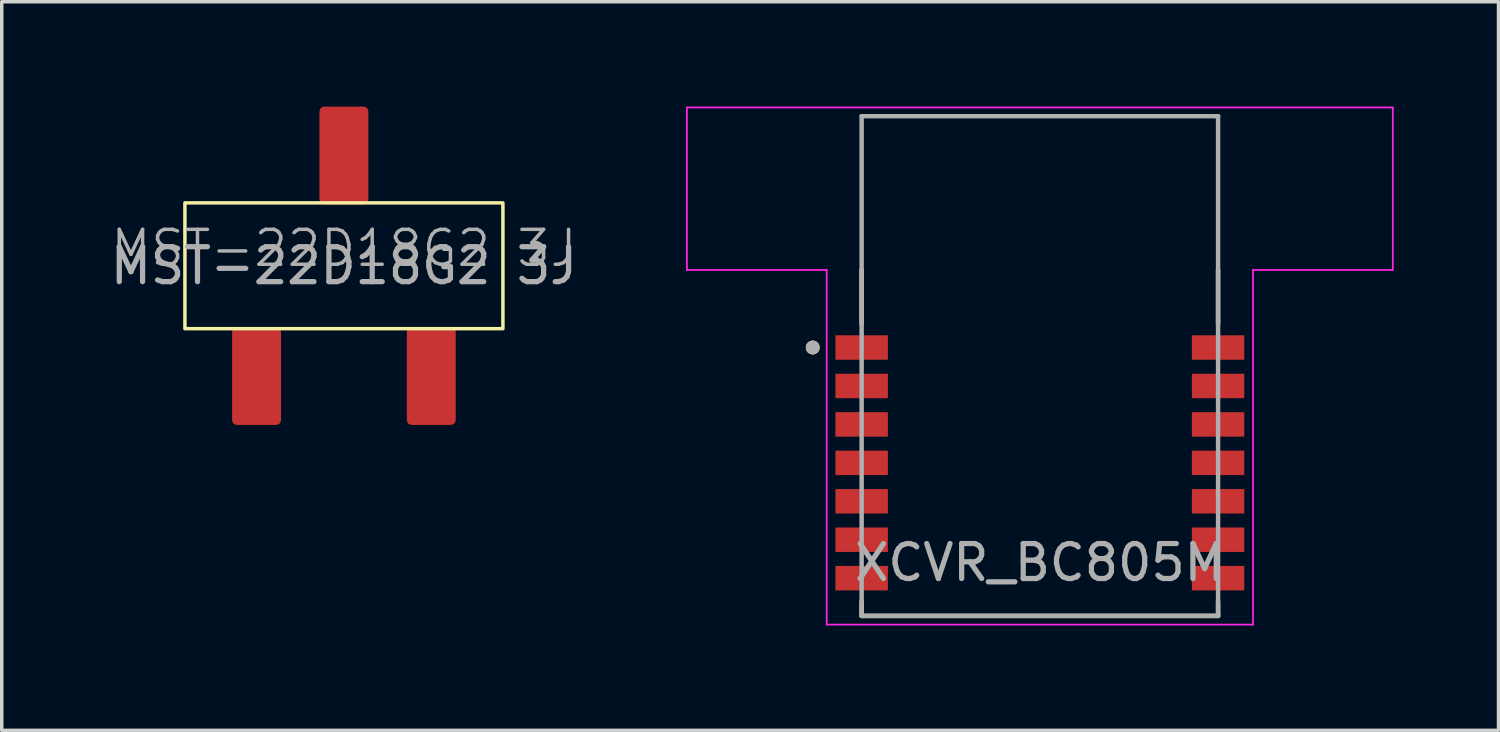
<source format=kicad_pcb>
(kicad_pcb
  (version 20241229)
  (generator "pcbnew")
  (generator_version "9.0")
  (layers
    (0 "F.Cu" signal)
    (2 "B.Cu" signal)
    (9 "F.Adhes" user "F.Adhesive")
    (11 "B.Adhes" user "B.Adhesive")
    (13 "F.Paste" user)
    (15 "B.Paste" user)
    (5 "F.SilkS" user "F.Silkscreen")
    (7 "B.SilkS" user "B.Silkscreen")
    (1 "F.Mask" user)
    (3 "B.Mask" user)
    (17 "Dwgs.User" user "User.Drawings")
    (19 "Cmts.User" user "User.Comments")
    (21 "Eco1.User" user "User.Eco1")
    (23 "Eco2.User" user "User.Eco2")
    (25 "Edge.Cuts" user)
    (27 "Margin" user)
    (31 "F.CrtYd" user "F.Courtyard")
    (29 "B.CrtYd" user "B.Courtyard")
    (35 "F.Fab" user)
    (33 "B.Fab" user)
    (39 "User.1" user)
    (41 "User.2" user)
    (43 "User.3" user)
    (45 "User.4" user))
  (footprint "MST-22D18G2 3J"
    (layer "F.Cu")
    (at 6.792 4.555)
    (property "Reference" "MST-22D18G2 3J" (at 0 -0.5 0) (unlocked yes) (layer "F.Fab") (effects (font (size 1 1) (thickness 0.1))))
    (attr smd)
    (fp_rect (start -4.55 -1.8) (end 4.55 1.8) (stroke (width 0.1) (type default)) (fill no) (layer "F.SilkS"))
    (fp_text user "${REFERENCE}" (at 0 0 0) (unlocked yes) (layer "F.Fab") (effects (font (size 1 1) (thickness 0.15))))
    (pad "1" smd roundrect (at -2.5 3.155 90) (size 2.8 1.4) (layers "F.Cu" "F.Mask" "F.Paste") (roundrect_rratio 0.1))
    (pad "2" smd roundrect (at 0 -3.155 90) (size 2.8 1.4) (layers "F.Cu" "F.Mask" "F.Paste") (roundrect_rratio 0.1))
    (pad "3" smd roundrect (at 2.5 3.155 90) (size 2.8 1.4) (layers "F.Cu" "F.Mask" "F.Paste") (roundrect_rratio 0.1)))
  (footprint "XCVR_BC805M"
    (layer "F.Cu")
    (at 26.708 7.425)
    (property "Reference" "XCVR_BC805M" (at 0 5.625 0) (layer "F.Fab") (effects (font (size 1 1) (thickness 0.15))))
    (attr smd)
    (fp_line (start -5.1 -2.75) (end -5.1 -1.2) (stroke (width 0.127) (type solid)) (layer "F.SilkS"))
    (fp_line (start -5.1 7.15) (end -5.1 6.74) (stroke (width 0.127) (type solid)) (layer "F.SilkS"))
    (fp_line (start -5.1 7.15) (end 5.1 7.15) (stroke (width 0.127) (type solid)) (layer "F.SilkS"))
    (fp_line (start 5.1 -2.75) (end 5.1 -1.2) (stroke (width 0.127) (type solid)) (layer "F.SilkS"))
    (fp_line (start 5.1 7.15) (end 5.1 6.74) (stroke (width 0.127) (type solid)) (layer "F.SilkS"))
    (fp_circle (center -6.5 -0.53) (end -6.4 -0.53) (stroke (width 0.2) (type solid)) (fill no) (layer "F.SilkS"))
    (fp_line (start -10.1 -2.75) (end -10.1 -7.4) (stroke (width 0.05) (type solid)) (layer "F.CrtYd"))
    (fp_line (start -6.1 -2.75) (end -10.1 -2.75) (stroke (width 0.05) (type solid)) (layer "F.CrtYd"))
    (fp_line (start -6.1 -2.75) (end -6.1 7.4) (stroke (width 0.05) (type solid)) (layer "F.CrtYd"))
    (fp_line (start -6.1 7.4) (end 6.1 7.4) (stroke (width 0.05) (type solid)) (layer "F.CrtYd"))
    (fp_line (start 6.1 -2.75) (end 10.1 -2.75) (stroke (width 0.05) (type solid)) (layer "F.CrtYd"))
    (fp_line (start 6.1 7.4) (end 6.1 -2.75) (stroke (width 0.05) (type solid)) (layer "F.CrtYd"))
    (fp_line (start 10.1 -7.4) (end -10.1 -7.4) (stroke (width 0.05) (type solid)) (layer "F.CrtYd"))
    (fp_line (start 10.1 -2.75) (end 10.1 -7.4) (stroke (width 0.05) (type solid)) (layer "F.CrtYd"))
    (fp_line (start -5.1 -7.15) (end -5.1 -2.75) (stroke (width 0.127) (type solid)) (layer "F.Fab"))
    (fp_line (start -5.1 -2.75) (end -5.1 7.15) (stroke (width 0.127) (type solid)) (layer "F.Fab"))
    (fp_line (start -5.1 7.15) (end 5.1 7.15) (stroke (width 0.127) (type solid)) (layer "F.Fab"))
    (fp_line (start 5.1 -7.15) (end -5.1 -7.15) (stroke (width 0.127) (type solid)) (layer "F.Fab"))
    (fp_line (start 5.1 7.15) (end 5.1 -7.15) (stroke (width 0.127) (type solid)) (layer "F.Fab"))
    (fp_circle (center -6.5 -0.53) (end -6.4 -0.53) (stroke (width 0.2) (type solid)) (fill no) (layer "F.Fab"))
    (pad "1" smd rect (at -5.1 -0.53) (size 1.5 0.7) (layers "F.Cu" "F.Mask" "F.Paste"))
    (pad "2" smd rect (at -5.1 0.57) (size 1.5 0.7) (layers "F.Cu" "F.Mask" "F.Paste"))
    (pad "3" smd rect (at -5.1 1.67) (size 1.5 0.7) (layers "F.Cu" "F.Mask" "F.Paste"))
    (pad "4" smd rect (at -5.1 2.77) (size 1.5 0.7) (layers "F.Cu" "F.Mask" "F.Paste"))
    (pad "5" smd rect (at -5.1 3.87) (size 1.5 0.7) (layers "F.Cu" "F.Mask" "F.Paste"))
    (pad "6" smd rect (at -5.1 4.97) (size 1.5 0.7) (layers "F.Cu" "F.Mask" "F.Paste"))
    (pad "7" smd rect (at -5.1 6.07) (size 1.5 0.7) (layers "F.Cu" "F.Mask" "F.Paste"))
    (pad "8" smd rect (at 5.1 6.07) (size 1.5 0.7) (layers "F.Cu" "F.Mask" "F.Paste"))
    (pad "9" smd rect (at 5.1 4.97) (size 1.5 0.7) (layers "F.Cu" "F.Mask" "F.Paste"))
    (pad "10" smd rect (at 5.1 3.87) (size 1.5 0.7) (layers "F.Cu" "F.Mask" "F.Paste"))
    (pad "11" smd rect (at 5.1 2.77) (size 1.5 0.7) (layers "F.Cu" "F.Mask" "F.Paste"))
    (pad "12" smd rect (at 5.1 1.67) (size 1.5 0.7) (layers "F.Cu" "F.Mask" "F.Paste"))
    (pad "13" smd rect (at 5.1 0.57) (size 1.5 0.7) (layers "F.Cu" "F.Mask" "F.Paste"))
    (pad "14" smd rect (at 5.1 -0.53) (size 1.5 0.7) (layers "F.Cu" "F.Mask" "F.Paste")))
  (gr_rect
    (start -3 -3)
    (end 39.833 17.85)
    (stroke (width 0.1) (type default))
    (fill no)
    (layer "Edge.Cuts")))
</source>
